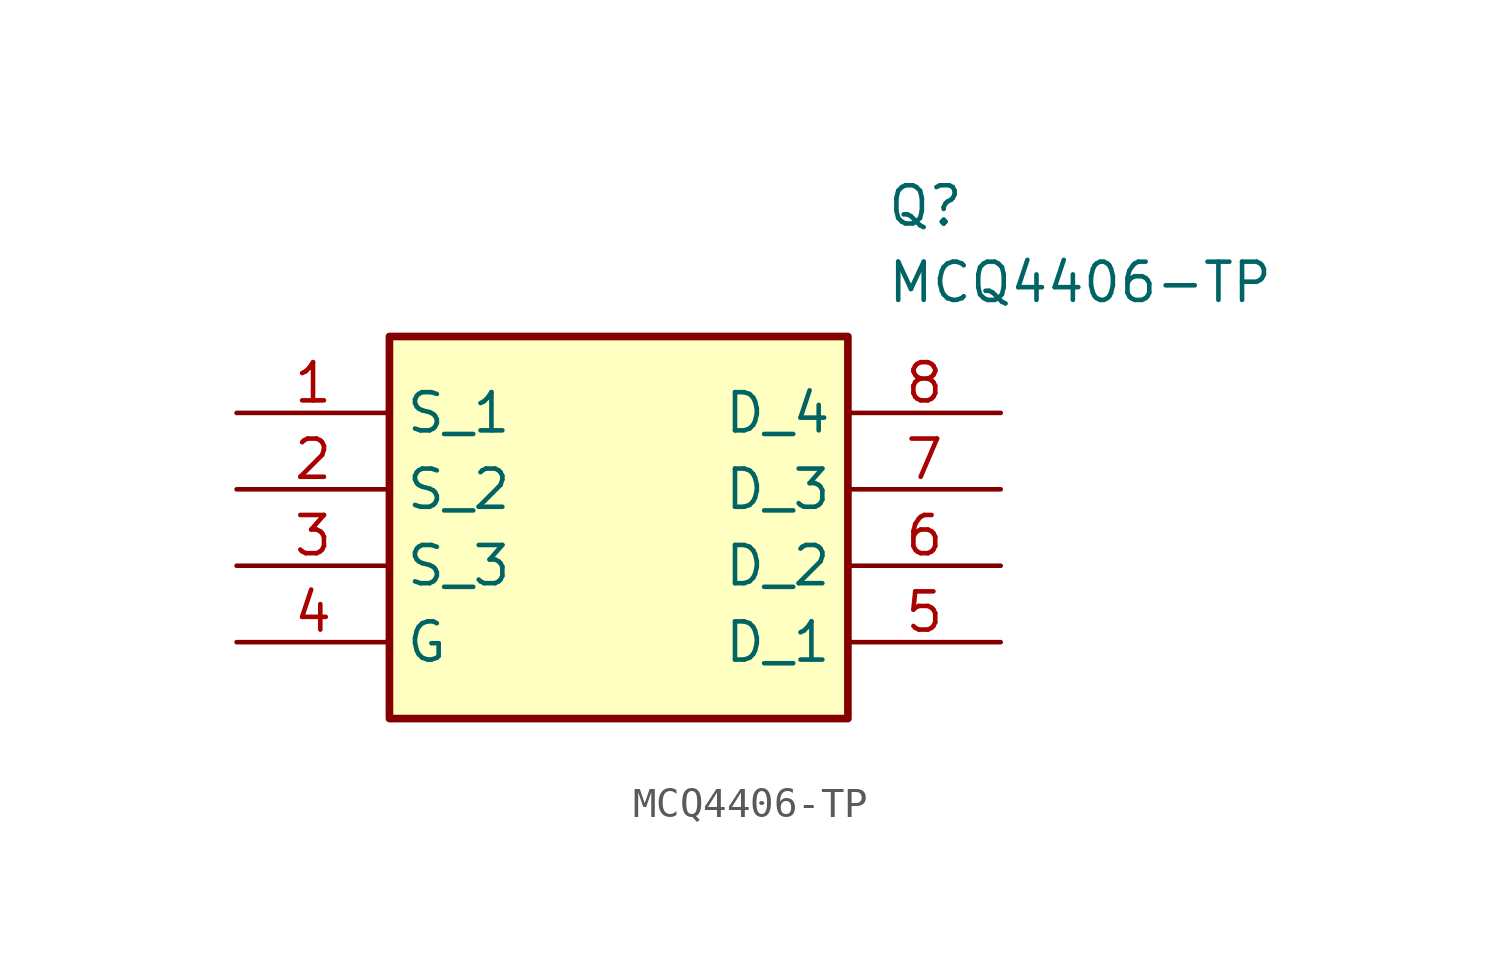
<source format=kicad_sym>
(kicad_symbol_lib
  (version 20211014)
  (generator SamacSys_ECAD_Model)
  (symbol "MCQ4406-TP"
    (property "Reference" "Q"
      (at 21.59 7.62 0)
      (effects (font (size 1.27 1.27)) (justify left top)))
    (property "Value" "MCQ4406-TP"
      (at 21.59 5.08 0)
      (effects (font (size 1.27 1.27)) (justify left top)))
    (rectangle
      (start 5.08 2.54)
      (end 20.32 -10.16)
      (stroke (width 0.254) (type default))
      (fill (type background)))
    (pin passive line
      (at 0 0 0)
      (length 5.08)
      (name "S_1" (effects (font (size 1.27 1.27))))
      (number "1" (effects (font (size 1.27 1.27)))))
    (pin passive line
      (at 0 -2.54 0)
      (length 5.08)
      (name "S_2" (effects (font (size 1.27 1.27))))
      (number "2" (effects (font (size 1.27 1.27)))))
    (pin passive line
      (at 0 -5.08 0)
      (length 5.08)
      (name "S_3" (effects (font (size 1.27 1.27))))
      (number "3" (effects (font (size 1.27 1.27)))))
    (pin passive line
      (at 0 -7.62 0)
      (length 5.08)
      (name "G" (effects (font (size 1.27 1.27))))
      (number "4" (effects (font (size 1.27 1.27)))))
    (pin passive line
      (at 25.4 0 180)
      (length 5.08)
      (name "D_4" (effects (font (size 1.27 1.27))))
      (number "8" (effects (font (size 1.27 1.27)))))
    (pin passive line
      (at 25.4 -2.54 180)
      (length 5.08)
      (name "D_3" (effects (font (size 1.27 1.27))))
      (number "7" (effects (font (size 1.27 1.27)))))
    (pin passive line
      (at 25.4 -5.08 180)
      (length 5.08)
      (name "D_2" (effects (font (size 1.27 1.27))))
      (number "6" (effects (font (size 1.27 1.27)))))
    (pin passive line
      (at 25.4 -7.62 180)
      (length 5.08)
      (name "D_1" (effects (font (size 1.27 1.27))))
      (number "5" (effects (font (size 1.27 1.27)))))))
</source>
